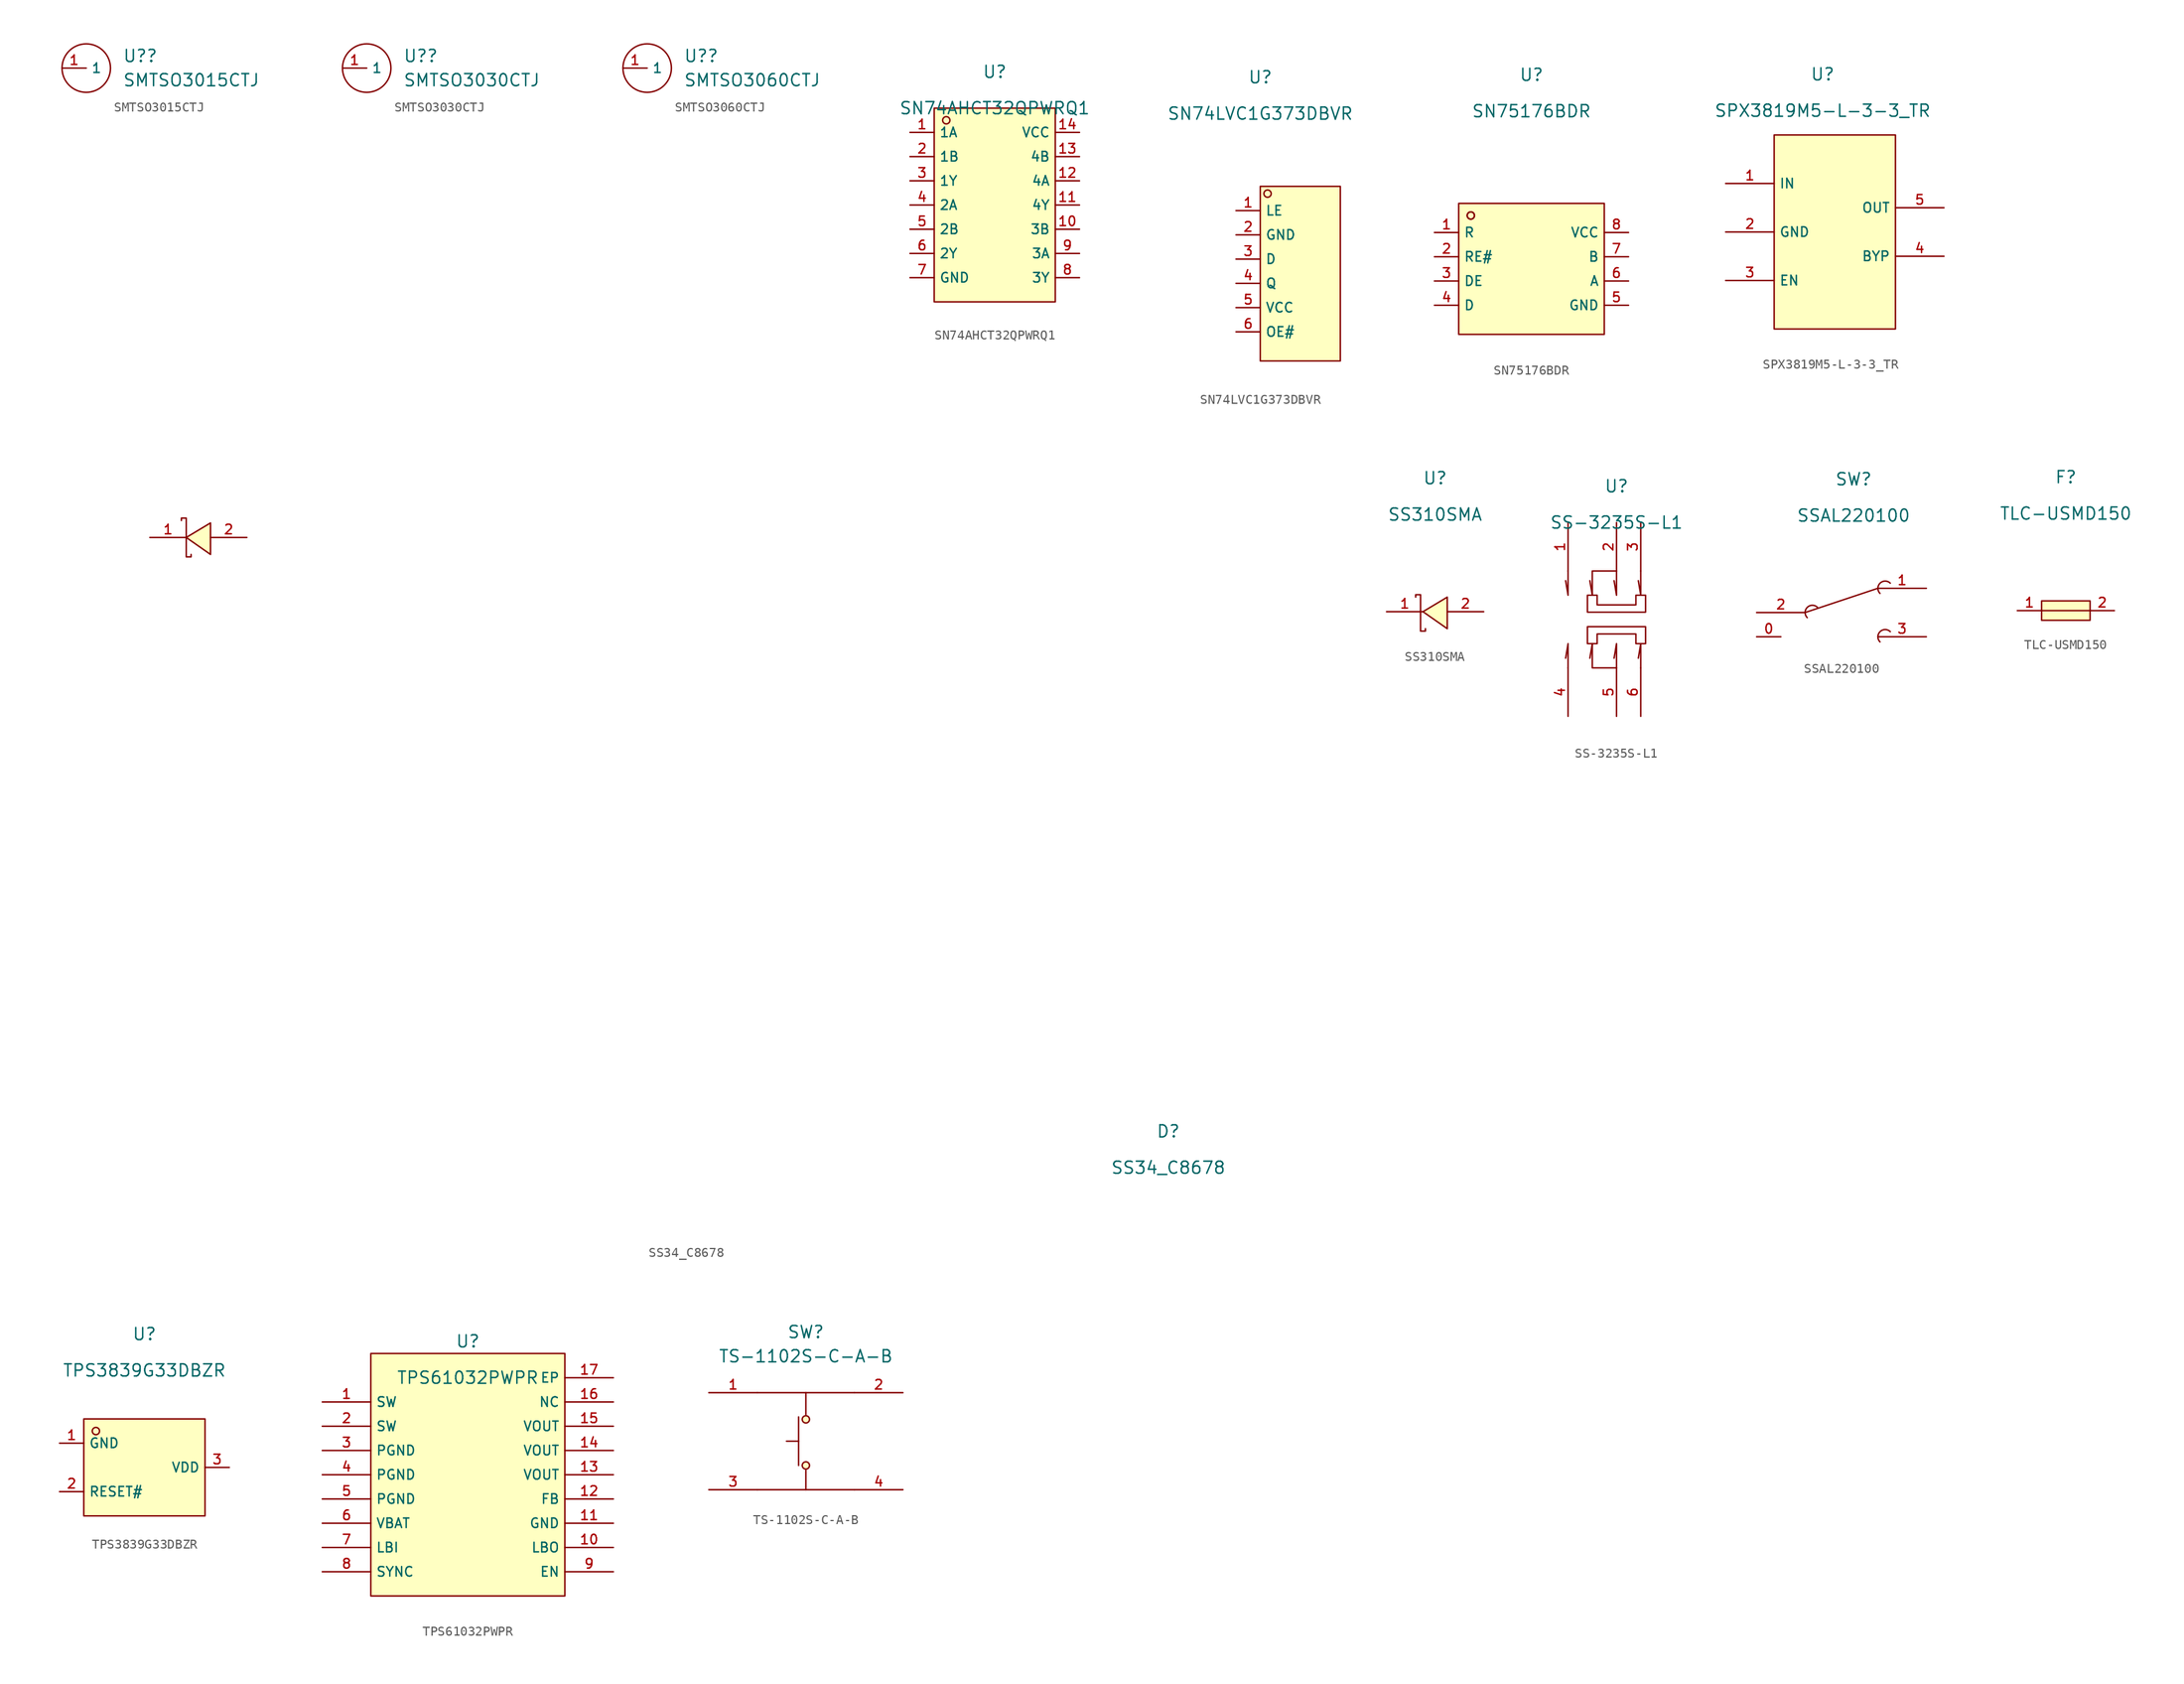
<source format=kicad_sym>
(kicad_symbol_lib
  (version 20220914)
  (generator kicad_symbol_editor)
  (symbol "SMTSO3015CTJ"
    (property "Reference" "U?"
      (at 3.81 -5.08 0)
      (effects (font (size 1.27 1.27)) (justify left)))
    (property "Value" "SMTSO3015CTJ"
      (at 3.81 -7.62 0)
      (effects (font (size 1.27 1.27)) (justify left)))
    (symbol "SMTSO3015CTJ_0_0"
      (pin unspecified line (at -2.54 -6.35 0) (length 2.54) (name "1" (effects (font (size 1 1)))) (number "1" (effects (font (size 1 1))))))
    (symbol "SMTSO3015CTJ_0_1"
      (circle (center 0 -6.35) (radius 2.54) (stroke (width 0.152) (type default)) (fill (type none)))))
  (symbol "SMTSO3030CTJ"
    (property "Reference" "U?"
      (at 3.81 -5.08 0)
      (effects (font (size 1.27 1.27)) (justify left)))
    (property "Value" "SMTSO3030CTJ"
      (at 3.81 -7.62 0)
      (effects (font (size 1.27 1.27)) (justify left)))
    (symbol "SMTSO3030CTJ_0_0"
      (pin unspecified line (at -2.54 -6.35 0) (length 2.54) (name "1" (effects (font (size 1 1)))) (number "1" (effects (font (size 1 1))))))
    (symbol "SMTSO3030CTJ_0_1"
      (circle (center 0 -6.35) (radius 2.54) (stroke (width 0.152) (type default)) (fill (type none)))))
  (symbol "SMTSO3060CTJ"
    (property "Reference" "U?"
      (at 3.81 -5.08 0)
      (effects (font (size 1.27 1.27)) (justify left)))
    (property "Value" "SMTSO3060CTJ"
      (at 3.81 -7.62 0)
      (effects (font (size 1.27 1.27)) (justify left)))
    (symbol "SMTSO3060CTJ_0_0"
      (pin unspecified line (at -2.54 -6.35 0) (length 2.54) (name "1" (effects (font (size 1 1)))) (number "1" (effects (font (size 1 1))))))
    (symbol "SMTSO3060CTJ_0_1"
      (circle (center 0 -6.35) (radius 2.54) (stroke (width 0.152) (type default)) (fill (type none)))))
  (symbol "SN74AHCT32QPWRQ1"
    (property "Reference" "U"
      (at 0 1.27 0)
      (effects (font (size 1.27 1.27))))
    (property "Value" "SN74AHCT32QPWRQ1"
      (at 0 -2.54 0)
      (effects (font (size 1.27 1.27))))
    (symbol "SN74AHCT32QPWRQ1_0_0"
      (rectangle (start -6.35 -2.54) (end 6.35 -22.86) (stroke (width 0) (type default)) (fill (type background)))
      (circle (center -5.08 -3.81) (radius 0.381) (stroke (width 0) (type default)) (fill (type background)))
      (pin unspecified line (at -8.89 -5.08 0) (length 2.54) (name "1A" (effects (font (size 1 1)))) (number "1" (effects (font (size 1 1)))))
      (pin unspecified line (at 8.89 -15.24 180) (length 2.54) (name "3B" (effects (font (size 1 1)))) (number "10" (effects (font (size 1 1)))))
      (pin unspecified line (at 8.89 -12.7 180) (length 2.54) (name "4Y" (effects (font (size 1 1)))) (number "11" (effects (font (size 1 1)))))
      (pin unspecified line (at 8.89 -10.16 180) (length 2.54) (name "4A" (effects (font (size 1 1)))) (number "12" (effects (font (size 1 1)))))
      (pin unspecified line (at 8.89 -7.62 180) (length 2.54) (name "4B" (effects (font (size 1 1)))) (number "13" (effects (font (size 1 1)))))
      (pin unspecified line (at 8.89 -5.08 180) (length 2.54) (name "VCC" (effects (font (size 1 1)))) (number "14" (effects (font (size 1 1)))))
      (pin unspecified line (at -8.89 -7.62 0) (length 2.54) (name "1B" (effects (font (size 1 1)))) (number "2" (effects (font (size 1 1)))))
      (pin unspecified line (at -8.89 -10.16 0) (length 2.54) (name "1Y" (effects (font (size 1 1)))) (number "3" (effects (font (size 1 1)))))
      (pin unspecified line (at -8.89 -12.7 0) (length 2.54) (name "2A" (effects (font (size 1 1)))) (number "4" (effects (font (size 1 1)))))
      (pin unspecified line (at -8.89 -15.24 0) (length 2.54) (name "2B" (effects (font (size 1 1)))) (number "5" (effects (font (size 1 1)))))
      (pin unspecified line (at -8.89 -17.78 0) (length 2.54) (name "2Y" (effects (font (size 1 1)))) (number "6" (effects (font (size 1 1)))))
      (pin unspecified line (at -8.89 -20.32 0) (length 2.54) (name "GND" (effects (font (size 1 1)))) (number "7" (effects (font (size 1 1)))))
      (pin unspecified line (at 8.89 -20.32 180) (length 2.54) (name "3Y" (effects (font (size 1 1)))) (number "8" (effects (font (size 1 1)))))
      (pin unspecified line (at 8.89 -17.78 180) (length 2.54) (name "3A" (effects (font (size 1 1)))) (number "9" (effects (font (size 1 1)))))))
  (symbol "SN74LVC1G373DBVR"
    (property "Reference" "U"
      (at 0 1.27 0)
      (effects (font (size 1.27 1.27))))
    (property "Value" "SN74LVC1G373DBVR"
      (at 0 -2.54 0)
      (effects (font (size 1.27 1.27))))
    (symbol "SN74LVC1G373DBVR_0_0"
      (rectangle (start 0 -10.16) (end 8.382 -28.448) (stroke (width 0) (type default)) (fill (type background)))
      (circle (center 0.762 -10.922) (radius 0.381) (stroke (width 0) (type default)) (fill (type background)))
      (pin unspecified line (at -2.54 -12.7 0) (length 2.54) (name "LE" (effects (font (size 1 1)))) (number "1" (effects (font (size 1 1)))))
      (pin unspecified line (at -2.54 -15.24 0) (length 2.54) (name "GND" (effects (font (size 1 1)))) (number "2" (effects (font (size 1 1)))))
      (pin unspecified line (at -2.54 -17.78 0) (length 2.54) (name "D" (effects (font (size 1 1)))) (number "3" (effects (font (size 1 1)))))
      (pin unspecified line (at -2.54 -20.32 0) (length 2.54) (name "Q" (effects (font (size 1 1)))) (number "4" (effects (font (size 1 1)))))
      (pin unspecified line (at -2.54 -22.86 0) (length 2.54) (name "VCC" (effects (font (size 1 1)))) (number "5" (effects (font (size 1 1)))))
      (pin unspecified line (at -2.54 -25.4 0) (length 2.54) (name "OE#" (effects (font (size 1 1)))) (number "6" (effects (font (size 1 1)))))))
  (symbol "SN75176BDR"
    (property "Reference" "U"
      (at 0 1.27 0)
      (effects (font (size 1.27 1.27))))
    (property "Value" "SN75176BDR"
      (at 0 -2.54 0)
      (effects (font (size 1.27 1.27))))
    (symbol "SN75176BDR_0_0"
      (rectangle (start -7.62 -12.192) (end 7.62 -25.908) (stroke (width 0) (type default)) (fill (type background)))
      (circle (center -6.35 -13.462) (radius 0.381) (stroke (width 0) (type default)) (fill (type background)))
      (circle (center -6.35 -13.462) (radius 0.381) (stroke (width 0) (type default)) (fill (type background)))
      (pin unspecified line (at -10.16 -15.24 0) (length 2.54) (name "R" (effects (font (size 1 1)))) (number "1" (effects (font (size 1 1)))))
      (pin unspecified line (at -10.16 -17.78 0) (length 2.54) (name "RE#" (effects (font (size 1 1)))) (number "2" (effects (font (size 1 1)))))
      (pin unspecified line (at -10.16 -20.32 0) (length 2.54) (name "DE" (effects (font (size 1 1)))) (number "3" (effects (font (size 1 1)))))
      (pin unspecified line (at -10.16 -22.86 0) (length 2.54) (name "D" (effects (font (size 1 1)))) (number "4" (effects (font (size 1 1)))))
      (pin unspecified line (at 10.16 -22.86 180) (length 2.54) (name "GND" (effects (font (size 1 1)))) (number "5" (effects (font (size 1 1)))))
      (pin unspecified line (at 10.16 -20.32 180) (length 2.54) (name "A" (effects (font (size 1 1)))) (number "6" (effects (font (size 1 1)))))
      (pin unspecified line (at 10.16 -17.78 180) (length 2.54) (name "B" (effects (font (size 1 1)))) (number "7" (effects (font (size 1 1)))))
      (pin unspecified line (at 10.16 -15.24 180) (length 2.54) (name "VCC" (effects (font (size 1 1)))) (number "8" (effects (font (size 1 1)))))))
  (symbol "SPX3819M5-L-3-3_TR"
    (property "Reference" "U"
      (at 0 1.27 0)
      (effects (font (size 1.27 1.27))))
    (property "Value" "SPX3819M5-L-3-3_TR"
      (at 0 -2.54 0)
      (effects (font (size 1.27 1.27))))
    (symbol "SPX3819M5-L-3-3_TR_0_0"
      (rectangle (start -5.08 -5.08) (end 7.62 -25.4) (stroke (width 0) (type default)) (fill (type background)))
      (pin unspecified line (at -10.16 -10.16 0) (length 5.08) (name "IN" (effects (font (size 1 1)))) (number "1" (effects (font (size 1 1)))))
      (pin unspecified line (at -10.16 -15.24 0) (length 5.08) (name "GND" (effects (font (size 1 1)))) (number "2" (effects (font (size 1 1)))))
      (pin unspecified line (at -10.16 -20.32 0) (length 5.08) (name "EN" (effects (font (size 1 1)))) (number "3" (effects (font (size 1 1)))))
      (pin unspecified line (at 12.7 -17.78 180) (length 5.08) (name "BYP" (effects (font (size 1 1)))) (number "4" (effects (font (size 1 1)))))
      (pin unspecified line (at 12.7 -12.7 180) (length 5.08) (name "OUT" (effects (font (size 1 1)))) (number "5" (effects (font (size 1 1)))))))
  (symbol "SS34_C8678"
    (pin_names hide)
    (property "Reference" "D"
      (at 0 1.27 0)
      (effects (font (size 1.27 1.27))))
    (property "Value" "SS34_C8678"
      (at 0 -2.54 0)
      (effects (font (size 1.27 1.27))))
    (symbol "SS34_C8678_0_0"
      (polyline (pts (xy -102.87 63.5) (xy -102.87 61.468) (xy -102.362 61.468) (xy -102.362 61.722)) (stroke (width 0) (type default)) (fill (type none)))
      (polyline (pts (xy -102.87 63.5) (xy -102.87 65.532) (xy -103.378 65.532) (xy -103.378 65.278)) (stroke (width 0) (type default)) (fill (type none)))
      (polyline (pts (xy -100.33 65.024) (xy -102.87 63.5) (xy -100.33 61.722) (xy -100.33 65.024)) (stroke (width 0) (type default)) (fill (type background)))
      (pin unspecified line (at -106.68 63.5 0) (length 3.81) (name "K" (effects (font (size 1 1)))) (number "1" (effects (font (size 1 1)))))
      (pin unspecified line (at -96.52 63.5 180) (length 3.81) (name "A" (effects (font (size 1 1)))) (number "2" (effects (font (size 1 1)))))))
  (symbol "SS310SMA"
    (pin_names hide)
    (property "Reference" "U"
      (at 0 1.27 0)
      (effects (font (size 1.27 1.27))))
    (property "Value" "SS310SMA"
      (at 0 -2.54 0)
      (effects (font (size 1.27 1.27))))
    (symbol "SS310SMA_0_0"
      (polyline (pts (xy 1.27 -11.176) (xy -1.27 -12.7) (xy 1.27 -14.478) (xy 1.27 -11.176)) (stroke (width 0) (type default)) (fill (type background)))
      (polyline (pts (xy -2.032 -11.176) (xy -2.032 -10.922) (xy -1.524 -10.922) (xy -1.524 -14.732) (xy -1.016 -14.732) (xy -1.016 -14.478)) (stroke (width 0) (type default)) (fill (type none)))
      (pin unspecified line (at -5.08 -12.7 0) (length 3.81) (name "K" (effects (font (size 1 1)))) (number "1" (effects (font (size 1 1)))))
      (pin unspecified line (at 5.08 -12.7 180) (length 3.81) (name "A" (effects (font (size 1 1)))) (number "2" (effects (font (size 1 1)))))))
  (symbol "SS-3235S-L1"
    (pin_names hide)
    (property "Reference" "U"
      (at 0 1.27 0)
      (effects (font (size 1.27 1.27))))
    (property "Value" "SS-3235S-L1"
      (at 0 -2.54 0)
      (effects (font (size 1.27 1.27))))
    (symbol "SS-3235S-L1_0_0"
      (polyline (pts (xy -2.54 -15.24) (xy -2.794 -16.764)) (stroke (width 0) (type default)) (fill (type none)))
      (polyline (pts (xy -2.54 -10.16) (xy -2.794 -8.636)) (stroke (width 0) (type default)) (fill (type none)))
      (polyline (pts (xy -5.08 -17.78) (xy -5.08 -15.24) (xy -5.334 -16.764)) (stroke (width 0) (type default)) (fill (type none)))
      (polyline (pts (xy -5.08 -7.62) (xy -5.08 -10.16) (xy -5.334 -8.636)) (stroke (width 0) (type default)) (fill (type none)))
      (polyline (pts (xy 0 -17.78) (xy -2.54 -17.78) (xy -2.54 -15.24)) (stroke (width 0) (type default)) (fill (type none)))
      (polyline (pts (xy 0 -17.78) (xy 0 -15.24) (xy -0.254 -16.764)) (stroke (width 0) (type default)) (fill (type none)))
      (polyline (pts (xy 0 -7.62) (xy -2.54 -7.62) (xy -2.54 -10.16)) (stroke (width 0) (type default)) (fill (type none)))
      (polyline (pts (xy 0 -7.62) (xy 0 -10.16) (xy -0.254 -8.636)) (stroke (width 0) (type default)) (fill (type none)))
      (polyline (pts (xy 2.54 -17.78) (xy 2.54 -15.24) (xy 2.286 -16.764)) (stroke (width 0) (type default)) (fill (type none)))
      (polyline (pts (xy 2.54 -7.62) (xy 2.54 -10.16) (xy 2.286 -8.636)) (stroke (width 0) (type default)) (fill (type none)))
      (polyline (pts (xy -3.048 -15.24) (xy -3.048 -13.462) (xy 3.048 -13.462) (xy 3.048 -15.24) (xy 2.032 -15.24) (xy 2.032 -14.224) (xy -2.032 -14.224) (xy -2.032 -15.24) (xy -3.048 -15.24)) (stroke (width 0) (type default)) (fill (type none)))
      (polyline (pts (xy -3.048 -10.16) (xy -3.048 -11.938) (xy 3.048 -11.938) (xy 3.048 -10.16) (xy 2.032 -10.16) (xy 2.032 -11.176) (xy -2.032 -11.176) (xy -2.032 -10.16) (xy -3.048 -10.16)) (stroke (width 0) (type default)) (fill (type none)))
      (pin unspecified line (at -5.08 -2.54 270) (length 5.08) (name "1" (effects (font (size 1 1)))) (number "1" (effects (font (size 1 1)))))
      (pin unspecified line (at 0 -2.54 270) (length 5.08) (name "2" (effects (font (size 1 1)))) (number "2" (effects (font (size 1 1)))))
      (pin unspecified line (at 2.54 -2.54 270) (length 5.08) (name "3" (effects (font (size 1 1)))) (number "3" (effects (font (size 1 1)))))
      (pin unspecified line (at -5.08 -22.86 90) (length 5.08) (name "4" (effects (font (size 1 1)))) (number "4" (effects (font (size 1 1)))))
      (pin unspecified line (at 0 -22.86 90) (length 5.08) (name "5" (effects (font (size 1 1)))) (number "5" (effects (font (size 1 1)))))
      (pin unspecified line (at 2.54 -22.86 90) (length 5.08) (name "6" (effects (font (size 1 1)))) (number "6" (effects (font (size 1 1)))))))
  (symbol "SSAL220100"
    (pin_names hide)
    (property "Reference" "SW"
      (at 0 1.27 0)
      (effects (font (size 1.27 1.27))))
    (property "Value" "SSAL220100"
      (at 0 -2.54 0)
      (effects (font (size 1.27 1.27))))
    (symbol "SSAL220100_0_0"
      (arc (start -3.7792 -12.1618) (mid -4.8568 -12.1618) (end -4.8568 -13.2395) (stroke (width 0) (type default)) (fill (type none)))
      (polyline (pts (xy -5.08 -12.7) (xy 2.54 -10.16)) (stroke (width 0) (type default)) (fill (type none)))
      (arc (start 3.8408 -14.7018) (mid 2.7632 -14.7018) (end 2.7632 -15.7795) (stroke (width 0) (type default)) (fill (type none)))
      (arc (start 3.8408 -9.6218) (mid 2.7632 -9.6218) (end 2.7632 -10.6995) (stroke (width 0) (type default)) (fill (type none)))
      (pin unspecified line (at -10.16 -15.24 0) (length 2.54) (name "0" (effects (font (size 1 1)))) (number "0" (effects (font (size 1 1)))))
      (pin input line (at 7.62 -10.16 180) (length 5.08) (name "1" (effects (font (size 1 1)))) (number "1" (effects (font (size 1 1)))))
      (pin input line (at -10.16 -12.7 0) (length 5.08) (name "2" (effects (font (size 1 1)))) (number "2" (effects (font (size 1 1)))))
      (pin input line (at 7.62 -15.24 180) (length 5.08) (name "3" (effects (font (size 1 1)))) (number "3" (effects (font (size 1 1)))))))
  (symbol "TLC-USMD150"
    (pin_names hide)
    (property "Reference" "F"
      (at 0 1.27 0)
      (effects (font (size 1.27 1.27))))
    (property "Value" "TLC-USMD150"
      (at 0 -2.54 0)
      (effects (font (size 1.27 1.27))))
    (symbol "TLC-USMD150_0_0"
      (rectangle (start -2.54 -11.684) (end 2.54 -13.716) (stroke (width 0) (type default)) (fill (type background)))
      (polyline (pts (xy -2.54 -12.7) (xy 2.54 -12.7)) (stroke (width 0) (type default)) (fill (type none)))
      (pin unspecified line (at -5.08 -12.7 0) (length 2.54) (name "1" (effects (font (size 1 1)))) (number "1" (effects (font (size 1 1)))))
      (pin unspecified line (at 5.08 -12.7 180) (length 2.54) (name "2" (effects (font (size 1 1)))) (number "2" (effects (font (size 1 1)))))))
  (symbol "TPS3839G33DBZR"
    (property "Reference" "U"
      (at 0 1.27 0)
      (effects (font (size 1.27 1.27))))
    (property "Value" "TPS3839G33DBZR"
      (at 0 -2.54 0)
      (effects (font (size 1.27 1.27))))
    (symbol "TPS3839G33DBZR_0_0"
      (rectangle (start -6.35 -7.62) (end 6.35 -17.78) (stroke (width 0) (type default)) (fill (type background)))
      (circle (center -5.08 -8.89) (radius 0.381) (stroke (width 0) (type default)) (fill (type background)))
      (pin unspecified line (at -8.89 -10.16 0) (length 2.54) (name "GND" (effects (font (size 1 1)))) (number "1" (effects (font (size 1 1)))))
      (pin unspecified line (at -8.89 -15.24 0) (length 2.54) (name "RESET#" (effects (font (size 1 1)))) (number "2" (effects (font (size 1 1)))))
      (pin unspecified line (at 8.89 -12.7 180) (length 2.54) (name "VDD" (effects (font (size 1 1)))) (number "3" (effects (font (size 1 1)))))))
  (symbol "TPS61032PWPR"
    (property "Reference" "U"
      (at 0 1.27 0)
      (effects (font (size 1.27 1.27))))
    (property "Value" "TPS61032PWPR"
      (at 0 -2.54 0)
      (effects (font (size 1.27 1.27))))
    (symbol "TPS61032PWPR_0_0"
      (rectangle (start -10.16 0) (end 10.16 -25.4) (stroke (width 0) (type default)) (fill (type background)))
      (pin unspecified line (at -15.24 -5.08 0) (length 5.08) (name "SW" (effects (font (size 1 1)))) (number "1" (effects (font (size 1 1)))))
      (pin unspecified line (at 15.24 -20.32 180) (length 5.08) (name "LBO" (effects (font (size 1 1)))) (number "10" (effects (font (size 1 1)))))
      (pin unspecified line (at 15.24 -17.78 180) (length 5.08) (name "GND" (effects (font (size 1 1)))) (number "11" (effects (font (size 1 1)))))
      (pin unspecified line (at 15.24 -15.24 180) (length 5.08) (name "FB" (effects (font (size 1 1)))) (number "12" (effects (font (size 1 1)))))
      (pin unspecified line (at 15.24 -12.7 180) (length 5.08) (name "VOUT" (effects (font (size 1 1)))) (number "13" (effects (font (size 1 1)))))
      (pin unspecified line (at 15.24 -10.16 180) (length 5.08) (name "VOUT" (effects (font (size 1 1)))) (number "14" (effects (font (size 1 1)))))
      (pin unspecified line (at 15.24 -7.62 180) (length 5.08) (name "VOUT" (effects (font (size 1 1)))) (number "15" (effects (font (size 1 1)))))
      (pin unspecified line (at 15.24 -5.08 180) (length 5.08) (name "NC" (effects (font (size 1 1)))) (number "16" (effects (font (size 1 1)))))
      (pin unspecified line (at 15.24 -2.54 180) (length 5.08) (name "EP" (effects (font (size 1 1)))) (number "17" (effects (font (size 1 1)))))
      (pin unspecified line (at -15.24 -7.62 0) (length 5.08) (name "SW" (effects (font (size 1 1)))) (number "2" (effects (font (size 1 1)))))
      (pin unspecified line (at -15.24 -10.16 0) (length 5.08) (name "PGND" (effects (font (size 1 1)))) (number "3" (effects (font (size 1 1)))))
      (pin unspecified line (at -15.24 -12.7 0) (length 5.08) (name "PGND" (effects (font (size 1 1)))) (number "4" (effects (font (size 1 1)))))
      (pin unspecified line (at -15.24 -15.24 0) (length 5.08) (name "PGND" (effects (font (size 1 1)))) (number "5" (effects (font (size 1 1)))))
      (pin unspecified line (at -15.24 -17.78 0) (length 5.08) (name "VBAT" (effects (font (size 1 1)))) (number "6" (effects (font (size 1 1)))))
      (pin unspecified line (at -15.24 -20.32 0) (length 5.08) (name "LBI" (effects (font (size 1 1)))) (number "7" (effects (font (size 1 1)))))
      (pin unspecified line (at -15.24 -22.86 0) (length 5.08) (name "SYNC" (effects (font (size 1 1)))) (number "8" (effects (font (size 1 1)))))
      (pin unspecified line (at 15.24 -22.86 180) (length 5.08) (name "EN" (effects (font (size 1 1)))) (number "9" (effects (font (size 1 1)))))))
  (symbol "TS-1102S-C-A-B"
    (pin_names hide)
    (property "Reference" "SW"
      (at 0 11.43 0)
      (effects (font (size 1.27 1.27))))
    (property "Value" "TS-1102S-C-A-B"
      (at 0 8.89 0)
      (effects (font (size 1.27 1.27))))
    (symbol "TS-1102S-C-A-B_0_0"
      (circle (center 0 -2.54) (radius 0.381) (stroke (width 0) (type default)) (fill (type background)))
      (polyline (pts (xy -5.08 -5.08) (xy 5.08 -5.08)) (stroke (width 0) (type default)) (fill (type none)))
      (polyline (pts (xy -5.08 5.08) (xy 5.08 5.08)) (stroke (width 0) (type default)) (fill (type none)))
      (polyline (pts (xy -2.032 0) (xy -0.762 0)) (stroke (width 0) (type default)) (fill (type none)))
      (polyline (pts (xy -0.762 2.54) (xy -0.762 -2.54)) (stroke (width 0) (type default)) (fill (type none)))
      (polyline (pts (xy 0 -5.08) (xy 0 -3.048)) (stroke (width 0) (type default)) (fill (type none)))
      (polyline (pts (xy 0 5.08) (xy 0 2.794)) (stroke (width 0) (type default)) (fill (type none)))
      (circle (center 0 2.286) (radius 0.381) (stroke (width 0) (type default)) (fill (type background)))
      (pin unspecified line (at -10.16 5.08 0) (length 5.08) (name "1" (effects (font (size 1 1)))) (number "1" (effects (font (size 1 1)))))
      (pin unspecified line (at 10.16 5.08 180) (length 5.08) (name "2" (effects (font (size 1 1)))) (number "2" (effects (font (size 1 1)))))
      (pin unspecified line (at -10.16 -5.08 0) (length 5.08) (name "3" (effects (font (size 1 1)))) (number "3" (effects (font (size 1 1)))))
      (pin unspecified line (at 10.16 -5.08 180) (length 5.08) (name "4" (effects (font (size 1 1)))) (number "4" (effects (font (size 1 1))))))))
</source>
